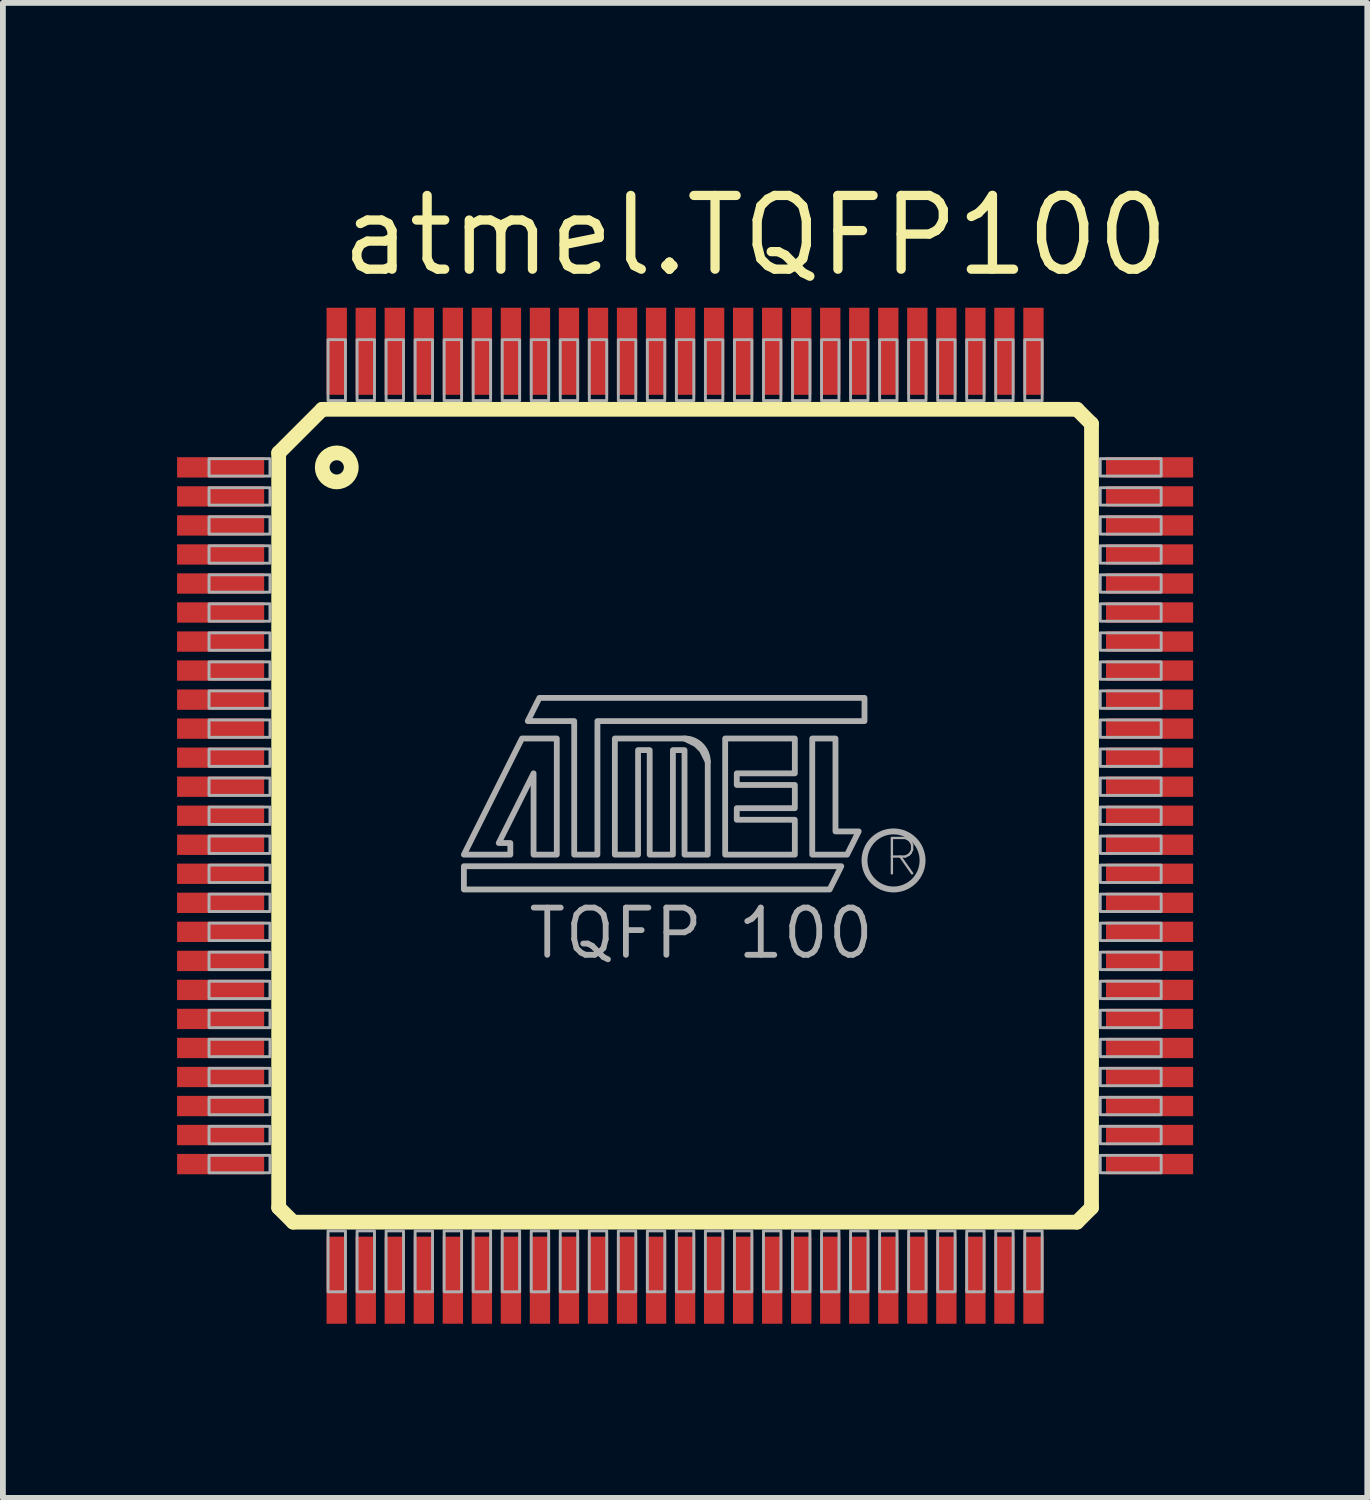
<source format=kicad_pcb>
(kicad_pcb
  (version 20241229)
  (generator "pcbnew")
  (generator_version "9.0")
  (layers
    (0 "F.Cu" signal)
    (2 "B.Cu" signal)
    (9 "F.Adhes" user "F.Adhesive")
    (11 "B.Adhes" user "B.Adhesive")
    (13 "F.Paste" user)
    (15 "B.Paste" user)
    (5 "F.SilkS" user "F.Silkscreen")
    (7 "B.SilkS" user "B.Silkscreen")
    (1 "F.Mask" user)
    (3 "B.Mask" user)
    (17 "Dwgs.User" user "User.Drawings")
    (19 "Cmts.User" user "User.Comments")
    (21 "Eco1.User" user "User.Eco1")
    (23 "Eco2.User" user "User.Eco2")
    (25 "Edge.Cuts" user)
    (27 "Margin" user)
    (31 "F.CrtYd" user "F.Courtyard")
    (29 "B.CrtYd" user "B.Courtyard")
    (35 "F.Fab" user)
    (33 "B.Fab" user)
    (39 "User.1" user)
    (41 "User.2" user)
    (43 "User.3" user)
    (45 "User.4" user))
  (footprint "atmel.TQFP100"
    (layer "F.Cu")
    (at 8.75 11)
    (property "Reference" "atmel.TQFP100" (at -6 -9.25 0) (layer "F.SilkS") (effects (font (size 1.27 1.27) (thickness 0.16)) (justify left bottom)))
    (attr smd)
    (fp_line (start -7 -6.25) (end -6.25 -7) (stroke (width 0.254) (type default)) (layer "F.SilkS"))
    (fp_line (start -7 6.75) (end -7 -6.25) (stroke (width 0.254) (type default)) (layer "F.SilkS"))
    (fp_line (start -6.75 7) (end -7 6.75) (stroke (width 0.254) (type default)) (layer "F.SilkS"))
    (fp_line (start -6.25 -7) (end 6.75 -7) (stroke (width 0.254) (type default)) (layer "F.SilkS"))
    (fp_line (start 6.75 -7) (end 7 -6.75) (stroke (width 0.254) (type default)) (layer "F.SilkS"))
    (fp_line (start 6.75 7) (end -6.75 7) (stroke (width 0.254) (type default)) (layer "F.SilkS"))
    (fp_line (start 7 -6.75) (end 7 6.75) (stroke (width 0.254) (type default)) (layer "F.SilkS"))
    (fp_line (start 7 6.75) (end 6.75 7) (stroke (width 0.254) (type default)) (layer "F.SilkS"))
    (fp_circle (center -6 -6) (end -5.75 -6) (stroke (width 0.254) (type default)) (fill no) (layer "F.SilkS"))
    (fp_rect (start -8.2 -5.85) (end -7.15 -6.15) (stroke (width 0.05) (type default)) (fill no) (layer "F.Fab"))
    (fp_rect (start -8.2 -5.35) (end -7.15 -5.65) (stroke (width 0.05) (type default)) (fill no) (layer "F.Fab"))
    (fp_rect (start -8.2 -4.85) (end -7.15 -5.15) (stroke (width 0.05) (type default)) (fill no) (layer "F.Fab"))
    (fp_rect (start -8.2 -4.35) (end -7.15 -4.65) (stroke (width 0.05) (type default)) (fill no) (layer "F.Fab"))
    (fp_rect (start -8.2 -3.85) (end -7.15 -4.15) (stroke (width 0.05) (type default)) (fill no) (layer "F.Fab"))
    (fp_rect (start -8.2 -3.35) (end -7.15 -3.65) (stroke (width 0.05) (type default)) (fill no) (layer "F.Fab"))
    (fp_rect (start -8.2 -2.85) (end -7.15 -3.15) (stroke (width 0.05) (type default)) (fill no) (layer "F.Fab"))
    (fp_rect (start -8.2 -2.35) (end -7.15 -2.65) (stroke (width 0.05) (type default)) (fill no) (layer "F.Fab"))
    (fp_rect (start -8.2 -1.85) (end -7.15 -2.15) (stroke (width 0.05) (type default)) (fill no) (layer "F.Fab"))
    (fp_rect (start -8.2 -1.35) (end -7.15 -1.65) (stroke (width 0.05) (type default)) (fill no) (layer "F.Fab"))
    (fp_rect (start -8.2 -0.85) (end -7.15 -1.15) (stroke (width 0.05) (type default)) (fill no) (layer "F.Fab"))
    (fp_rect (start -8.2 -0.35) (end -7.15 -0.65) (stroke (width 0.05) (type default)) (fill no) (layer "F.Fab"))
    (fp_rect (start -8.2 0.15) (end -7.15 -0.15) (stroke (width 0.05) (type default)) (fill no) (layer "F.Fab"))
    (fp_rect (start -8.2 0.65) (end -7.15 0.35) (stroke (width 0.05) (type default)) (fill no) (layer "F.Fab"))
    (fp_rect (start -8.2 1.15) (end -7.15 0.85) (stroke (width 0.05) (type default)) (fill no) (layer "F.Fab"))
    (fp_rect (start -8.2 1.65) (end -7.15 1.35) (stroke (width 0.05) (type default)) (fill no) (layer "F.Fab"))
    (fp_rect (start -8.2 2.15) (end -7.15 1.85) (stroke (width 0.05) (type default)) (fill no) (layer "F.Fab"))
    (fp_rect (start -8.2 2.65) (end -7.15 2.35) (stroke (width 0.05) (type default)) (fill no) (layer "F.Fab"))
    (fp_rect (start -8.2 3.15) (end -7.15 2.85) (stroke (width 0.05) (type default)) (fill no) (layer "F.Fab"))
    (fp_rect (start -8.2 3.65) (end -7.15 3.35) (stroke (width 0.05) (type default)) (fill no) (layer "F.Fab"))
    (fp_rect (start -8.2 4.15) (end -7.15 3.85) (stroke (width 0.05) (type default)) (fill no) (layer "F.Fab"))
    (fp_rect (start -8.2 4.65) (end -7.15 4.35) (stroke (width 0.05) (type default)) (fill no) (layer "F.Fab"))
    (fp_rect (start -8.2 5.15) (end -7.15 4.85) (stroke (width 0.05) (type default)) (fill no) (layer "F.Fab"))
    (fp_rect (start -8.2 5.65) (end -7.15 5.35) (stroke (width 0.05) (type default)) (fill no) (layer "F.Fab"))
    (fp_rect (start -8.2 6.15) (end -7.15 5.85) (stroke (width 0.05) (type default)) (fill no) (layer "F.Fab"))
    (fp_rect (start -6.15 -7.15) (end -5.85 -8.2) (stroke (width 0.05) (type default)) (fill no) (layer "F.Fab"))
    (fp_rect (start -6.15 8.2) (end -5.85 7.15) (stroke (width 0.05) (type default)) (fill no) (layer "F.Fab"))
    (fp_rect (start -5.65 -7.15) (end -5.35 -8.2) (stroke (width 0.05) (type default)) (fill no) (layer "F.Fab"))
    (fp_rect (start -5.65 8.2) (end -5.35 7.15) (stroke (width 0.05) (type default)) (fill no) (layer "F.Fab"))
    (fp_rect (start -5.15 -7.15) (end -4.85 -8.2) (stroke (width 0.05) (type default)) (fill no) (layer "F.Fab"))
    (fp_rect (start -5.15 8.2) (end -4.85 7.15) (stroke (width 0.05) (type default)) (fill no) (layer "F.Fab"))
    (fp_rect (start -4.65 -7.15) (end -4.35 -8.2) (stroke (width 0.05) (type default)) (fill no) (layer "F.Fab"))
    (fp_rect (start -4.65 8.2) (end -4.35 7.15) (stroke (width 0.05) (type default)) (fill no) (layer "F.Fab"))
    (fp_rect (start -4.15 -7.15) (end -3.85 -8.2) (stroke (width 0.05) (type default)) (fill no) (layer "F.Fab"))
    (fp_rect (start -4.15 8.2) (end -3.85 7.15) (stroke (width 0.05) (type default)) (fill no) (layer "F.Fab"))
    (fp_rect (start -3.65 -7.15) (end -3.35 -8.2) (stroke (width 0.05) (type default)) (fill no) (layer "F.Fab"))
    (fp_rect (start -3.65 8.2) (end -3.35 7.15) (stroke (width 0.05) (type default)) (fill no) (layer "F.Fab"))
    (fp_rect (start -3.15 -7.15) (end -2.85 -8.2) (stroke (width 0.05) (type default)) (fill no) (layer "F.Fab"))
    (fp_rect (start -3.15 8.2) (end -2.85 7.15) (stroke (width 0.05) (type default)) (fill no) (layer "F.Fab"))
    (fp_rect (start -2.65 -7.15) (end -2.35 -8.2) (stroke (width 0.05) (type default)) (fill no) (layer "F.Fab"))
    (fp_rect (start -2.65 8.2) (end -2.35 7.15) (stroke (width 0.05) (type default)) (fill no) (layer "F.Fab"))
    (fp_rect (start -2.15 -7.15) (end -1.85 -8.2) (stroke (width 0.05) (type default)) (fill no) (layer "F.Fab"))
    (fp_rect (start -2.15 8.2) (end -1.85 7.15) (stroke (width 0.05) (type default)) (fill no) (layer "F.Fab"))
    (fp_rect (start -1.65 -7.15) (end -1.35 -8.2) (stroke (width 0.05) (type default)) (fill no) (layer "F.Fab"))
    (fp_rect (start -1.65 8.2) (end -1.35 7.15) (stroke (width 0.05) (type default)) (fill no) (layer "F.Fab"))
    (fp_rect (start -1.15 -7.15) (end -0.85 -8.2) (stroke (width 0.05) (type default)) (fill no) (layer "F.Fab"))
    (fp_rect (start -1.15 8.2) (end -0.85 7.15) (stroke (width 0.05) (type default)) (fill no) (layer "F.Fab"))
    (fp_rect (start -0.65 -7.15) (end -0.35 -8.2) (stroke (width 0.05) (type default)) (fill no) (layer "F.Fab"))
    (fp_rect (start -0.65 8.2) (end -0.35 7.15) (stroke (width 0.05) (type default)) (fill no) (layer "F.Fab"))
    (fp_rect (start -0.15 -7.15) (end 0.15 -8.2) (stroke (width 0.05) (type default)) (fill no) (layer "F.Fab"))
    (fp_rect (start -0.15 8.2) (end 0.15 7.15) (stroke (width 0.05) (type default)) (fill no) (layer "F.Fab"))
    (fp_rect (start 0.35 -7.15) (end 0.65 -8.2) (stroke (width 0.05) (type default)) (fill no) (layer "F.Fab"))
    (fp_rect (start 0.35 8.2) (end 0.65 7.15) (stroke (width 0.05) (type default)) (fill no) (layer "F.Fab"))
    (fp_rect (start 0.85 -7.15) (end 1.15 -8.2) (stroke (width 0.05) (type default)) (fill no) (layer "F.Fab"))
    (fp_rect (start 0.85 8.2) (end 1.15 7.15) (stroke (width 0.05) (type default)) (fill no) (layer "F.Fab"))
    (fp_rect (start 1.35 -7.15) (end 1.65 -8.2) (stroke (width 0.05) (type default)) (fill no) (layer "F.Fab"))
    (fp_rect (start 1.35 8.2) (end 1.65 7.15) (stroke (width 0.05) (type default)) (fill no) (layer "F.Fab"))
    (fp_rect (start 1.85 -7.15) (end 2.15 -8.2) (stroke (width 0.05) (type default)) (fill no) (layer "F.Fab"))
    (fp_rect (start 1.85 8.2) (end 2.15 7.15) (stroke (width 0.05) (type default)) (fill no) (layer "F.Fab"))
    (fp_rect (start 2.35 -7.15) (end 2.65 -8.2) (stroke (width 0.05) (type default)) (fill no) (layer "F.Fab"))
    (fp_rect (start 2.35 8.2) (end 2.65 7.15) (stroke (width 0.05) (type default)) (fill no) (layer "F.Fab"))
    (fp_rect (start 2.85 -7.15) (end 3.15 -8.2) (stroke (width 0.05) (type default)) (fill no) (layer "F.Fab"))
    (fp_rect (start 2.85 8.2) (end 3.15 7.15) (stroke (width 0.05) (type default)) (fill no) (layer "F.Fab"))
    (fp_rect (start 3.35 -7.15) (end 3.65 -8.2) (stroke (width 0.05) (type default)) (fill no) (layer "F.Fab"))
    (fp_rect (start 3.35 8.2) (end 3.65 7.15) (stroke (width 0.05) (type default)) (fill no) (layer "F.Fab"))
    (fp_rect (start 3.85 -7.15) (end 4.15 -8.2) (stroke (width 0.05) (type default)) (fill no) (layer "F.Fab"))
    (fp_rect (start 3.85 8.2) (end 4.15 7.15) (stroke (width 0.05) (type default)) (fill no) (layer "F.Fab"))
    (fp_rect (start 4.35 -7.15) (end 4.65 -8.2) (stroke (width 0.05) (type default)) (fill no) (layer "F.Fab"))
    (fp_rect (start 4.35 8.2) (end 4.65 7.15) (stroke (width 0.05) (type default)) (fill no) (layer "F.Fab"))
    (fp_rect (start 4.85 -7.15) (end 5.15 -8.2) (stroke (width 0.05) (type default)) (fill no) (layer "F.Fab"))
    (fp_rect (start 4.85 8.2) (end 5.15 7.15) (stroke (width 0.05) (type default)) (fill no) (layer "F.Fab"))
    (fp_rect (start 5.35 -7.15) (end 5.65 -8.2) (stroke (width 0.05) (type default)) (fill no) (layer "F.Fab"))
    (fp_rect (start 5.35 8.2) (end 5.65 7.15) (stroke (width 0.05) (type default)) (fill no) (layer "F.Fab"))
    (fp_rect (start 5.85 -7.15) (end 6.15 -8.2) (stroke (width 0.05) (type default)) (fill no) (layer "F.Fab"))
    (fp_rect (start 5.85 8.2) (end 6.15 7.15) (stroke (width 0.05) (type default)) (fill no) (layer "F.Fab"))
    (fp_rect (start 7.15 -5.85) (end 8.2 -6.15) (stroke (width 0.05) (type default)) (fill no) (layer "F.Fab"))
    (fp_rect (start 7.15 -5.35) (end 8.2 -5.65) (stroke (width 0.05) (type default)) (fill no) (layer "F.Fab"))
    (fp_rect (start 7.15 -4.85) (end 8.2 -5.15) (stroke (width 0.05) (type default)) (fill no) (layer "F.Fab"))
    (fp_rect (start 7.15 -4.35) (end 8.2 -4.65) (stroke (width 0.05) (type default)) (fill no) (layer "F.Fab"))
    (fp_rect (start 7.15 -3.85) (end 8.2 -4.15) (stroke (width 0.05) (type default)) (fill no) (layer "F.Fab"))
    (fp_rect (start 7.15 -3.35) (end 8.2 -3.65) (stroke (width 0.05) (type default)) (fill no) (layer "F.Fab"))
    (fp_rect (start 7.15 -2.85) (end 8.2 -3.15) (stroke (width 0.05) (type default)) (fill no) (layer "F.Fab"))
    (fp_rect (start 7.15 -2.35) (end 8.2 -2.65) (stroke (width 0.05) (type default)) (fill no) (layer "F.Fab"))
    (fp_rect (start 7.15 -1.85) (end 8.2 -2.15) (stroke (width 0.05) (type default)) (fill no) (layer "F.Fab"))
    (fp_rect (start 7.15 -1.35) (end 8.2 -1.65) (stroke (width 0.05) (type default)) (fill no) (layer "F.Fab"))
    (fp_rect (start 7.15 -0.85) (end 8.2 -1.15) (stroke (width 0.05) (type default)) (fill no) (layer "F.Fab"))
    (fp_rect (start 7.15 -0.35) (end 8.2 -0.65) (stroke (width 0.05) (type default)) (fill no) (layer "F.Fab"))
    (fp_rect (start 7.15 0.15) (end 8.2 -0.15) (stroke (width 0.05) (type default)) (fill no) (layer "F.Fab"))
    (fp_rect (start 7.15 0.65) (end 8.2 0.35) (stroke (width 0.05) (type default)) (fill no) (layer "F.Fab"))
    (fp_rect (start 7.15 1.15) (end 8.2 0.85) (stroke (width 0.05) (type default)) (fill no) (layer "F.Fab"))
    (fp_rect (start 7.15 1.65) (end 8.2 1.35) (stroke (width 0.05) (type default)) (fill no) (layer "F.Fab"))
    (fp_rect (start 7.15 2.15) (end 8.2 1.85) (stroke (width 0.05) (type default)) (fill no) (layer "F.Fab"))
    (fp_rect (start 7.15 2.65) (end 8.2 2.35) (stroke (width 0.05) (type default)) (fill no) (layer "F.Fab"))
    (fp_rect (start 7.15 3.15) (end 8.2 2.85) (stroke (width 0.05) (type default)) (fill no) (layer "F.Fab"))
    (fp_rect (start 7.15 3.65) (end 8.2 3.35) (stroke (width 0.05) (type default)) (fill no) (layer "F.Fab"))
    (fp_rect (start 7.15 4.15) (end 8.2 3.85) (stroke (width 0.05) (type default)) (fill no) (layer "F.Fab"))
    (fp_rect (start 7.15 4.65) (end 8.2 4.35) (stroke (width 0.05) (type default)) (fill no) (layer "F.Fab"))
    (fp_rect (start 7.15 5.15) (end 8.2 4.85) (stroke (width 0.05) (type default)) (fill no) (layer "F.Fab"))
    (fp_rect (start 7.15 5.65) (end 8.2 5.35) (stroke (width 0.05) (type default)) (fill no) (layer "F.Fab"))
    (fp_rect (start 7.15 6.15) (end 8.2 5.85) (stroke (width 0.05) (type default)) (fill no) (layer "F.Fab"))
    (fp_arc (start -0.0099 -1.3299) (mid 0.272878 -1.212707) (end 0.39 -0.9299) (stroke (width 0.1016) (type default)) (layer "F.Fab"))
    (fp_circle (center 3.59 0.77) (end 4.09 0.77) (stroke (width 0.102) (type default)) (fill no) (layer "F.Fab"))
    (fp_poly (pts (xy -3.81 0.87) (xy -3.81 1.27) (xy 2.49 1.27) (xy 2.69 0.87)) (stroke (width 0.1) (type default)) (fill no) (layer "F.Fab"))
    (fp_poly (pts (xy 2.19 -1.33) (xy 2.19 0.67) (xy 2.79 0.67) (xy 2.99 0.27) (xy 2.59 0.27) (xy 2.59 -1.33)) (stroke (width 0.1) (type default)) (fill no) (layer "F.Fab"))
    (fp_poly (pts (xy -2.71 -1.63) (xy -2.51 -2.03) (xy 3.09 -2.03) (xy 3.09 -1.63) (xy -1.51 -1.63) (xy -1.51 0.67) (xy -1.91 0.67) (xy -1.91 -1.63)) (stroke (width 0.1) (type default)) (fill no) (layer "F.Fab"))
    (fp_poly (pts (xy -3.81 0.67) (xy -2.81 -1.33) (xy -2.21 -1.33) (xy -2.21 0.67) (xy -2.61 0.67) (xy -2.61 -0.73) (xy -3.21 0.47) (xy -3.01 0.47) (xy -3.01 0.67)) (stroke (width 0.1) (type default)) (fill no) (layer "F.Fab"))
    (fp_poly (pts (xy 0.69 -1.33) (xy 0.69 0.67) (xy 1.89 0.67) (xy 1.89 0.07) (xy 0.89 0.07) (xy 0.89 -0.13) (xy 1.89 -0.13) (xy 1.89 -0.53) (xy 0.89 -0.53) (xy 0.89 -0.73) (xy 1.89 -0.73) (xy 1.89 -1.33)) (stroke (width 0.1) (type default)) (fill no) (layer "F.Fab"))
    (fp_poly (pts (xy -1.21 -1.33) (xy -1.21 0.67) (xy -0.81 0.67) (xy -0.81 -1.13) (xy -0.61 -1.13) (xy -0.61 0.67) (xy -0.21 0.67) (xy -0.21 -1.13) (xy -0.01 -1.13) (xy -0.01 0.67) (xy 0.39 0.67) (xy 0.39 -0.93) (xy 0.29 -1.13) (xy 0.19 -1.23) (xy -0.01 -1.33)) (stroke (width 0.1) (type default)) (fill no) (layer "F.Fab"))
    (fp_text user "R" (at 3.39 1.07 0) (layer "F.Fab") (effects (font (size 0.61 0.61) (thickness 0.04)) (justify left bottom)))
    (fp_text user "TQFP 100" (at -2.75 2.5 0) (layer "F.Fab") (effects (font (size 0.813 0.813) (thickness 0.1)) (justify left bottom)))
    (pad "1" smd roundrect (at -8 -6) (size 1.5 0.35) (layers "F.Cu" "F.Mask" "F.Paste") (roundrect_rratio 0.01))
    (pad "2" smd roundrect (at -8 -5.5) (size 1.5 0.35) (layers "F.Cu" "F.Mask" "F.Paste") (roundrect_rratio 0.01))
    (pad "3" smd roundrect (at -8 -5) (size 1.5 0.35) (layers "F.Cu" "F.Mask" "F.Paste") (roundrect_rratio 0.01))
    (pad "4" smd roundrect (at -8 -4.5) (size 1.5 0.35) (layers "F.Cu" "F.Mask" "F.Paste") (roundrect_rratio 0.01))
    (pad "5" smd roundrect (at -8 -4) (size 1.5 0.35) (layers "F.Cu" "F.Mask" "F.Paste") (roundrect_rratio 0.01))
    (pad "6" smd roundrect (at -8 -3.5) (size 1.5 0.35) (layers "F.Cu" "F.Mask" "F.Paste") (roundrect_rratio 0.01))
    (pad "7" smd roundrect (at -8 -3) (size 1.5 0.35) (layers "F.Cu" "F.Mask" "F.Paste") (roundrect_rratio 0.01))
    (pad "8" smd roundrect (at -8 -2.5) (size 1.5 0.35) (layers "F.Cu" "F.Mask" "F.Paste") (roundrect_rratio 0.01))
    (pad "9" smd roundrect (at -8 -2) (size 1.5 0.35) (layers "F.Cu" "F.Mask" "F.Paste") (roundrect_rratio 0.01))
    (pad "10" smd roundrect (at -8 -1.5) (size 1.5 0.35) (layers "F.Cu" "F.Mask" "F.Paste") (roundrect_rratio 0.01))
    (pad "11" smd roundrect (at -8 -1) (size 1.5 0.35) (layers "F.Cu" "F.Mask" "F.Paste") (roundrect_rratio 0.01))
    (pad "12" smd roundrect (at -8 -0.5) (size 1.5 0.35) (layers "F.Cu" "F.Mask" "F.Paste") (roundrect_rratio 0.01))
    (pad "13" smd roundrect (at -8 0) (size 1.5 0.35) (layers "F.Cu" "F.Mask" "F.Paste") (roundrect_rratio 0.01))
    (pad "14" smd roundrect (at -8 0.5) (size 1.5 0.35) (layers "F.Cu" "F.Mask" "F.Paste") (roundrect_rratio 0.01))
    (pad "15" smd roundrect (at -8 1) (size 1.5 0.35) (layers "F.Cu" "F.Mask" "F.Paste") (roundrect_rratio 0.01))
    (pad "16" smd roundrect (at -8 1.5) (size 1.5 0.35) (layers "F.Cu" "F.Mask" "F.Paste") (roundrect_rratio 0.01))
    (pad "17" smd roundrect (at -8 2) (size 1.5 0.35) (layers "F.Cu" "F.Mask" "F.Paste") (roundrect_rratio 0.01))
    (pad "18" smd roundrect (at -8 2.5) (size 1.5 0.35) (layers "F.Cu" "F.Mask" "F.Paste") (roundrect_rratio 0.01))
    (pad "19" smd roundrect (at -8 3) (size 1.5 0.35) (layers "F.Cu" "F.Mask" "F.Paste") (roundrect_rratio 0.01))
    (pad "20" smd roundrect (at -8 3.5) (size 1.5 0.35) (layers "F.Cu" "F.Mask" "F.Paste") (roundrect_rratio 0.01))
    (pad "21" smd roundrect (at -8 4) (size 1.5 0.35) (layers "F.Cu" "F.Mask" "F.Paste") (roundrect_rratio 0.01))
    (pad "22" smd roundrect (at -8 4.5) (size 1.5 0.35) (layers "F.Cu" "F.Mask" "F.Paste") (roundrect_rratio 0.01))
    (pad "23" smd roundrect (at -8 5) (size 1.5 0.35) (layers "F.Cu" "F.Mask" "F.Paste") (roundrect_rratio 0.01))
    (pad "24" smd roundrect (at -8 5.5) (size 1.5 0.35) (layers "F.Cu" "F.Mask" "F.Paste") (roundrect_rratio 0.01))
    (pad "25" smd roundrect (at -8 6) (size 1.5 0.35) (layers "F.Cu" "F.Mask" "F.Paste") (roundrect_rratio 0.01))
    (pad "26" smd roundrect (at -6 8) (size 0.35 1.5) (layers "F.Cu" "F.Mask" "F.Paste") (roundrect_rratio 0.01))
    (pad "27" smd roundrect (at -5.5 8) (size 0.35 1.5) (layers "F.Cu" "F.Mask" "F.Paste") (roundrect_rratio 0.01))
    (pad "28" smd roundrect (at -5 8) (size 0.35 1.5) (layers "F.Cu" "F.Mask" "F.Paste") (roundrect_rratio 0.01))
    (pad "29" smd roundrect (at -4.5 8) (size 0.35 1.5) (layers "F.Cu" "F.Mask" "F.Paste") (roundrect_rratio 0.01))
    (pad "30" smd roundrect (at -4 8) (size 0.35 1.5) (layers "F.Cu" "F.Mask" "F.Paste") (roundrect_rratio 0.01))
    (pad "31" smd roundrect (at -3.5 8) (size 0.35 1.5) (layers "F.Cu" "F.Mask" "F.Paste") (roundrect_rratio 0.01))
    (pad "32" smd roundrect (at -3 8) (size 0.35 1.5) (layers "F.Cu" "F.Mask" "F.Paste") (roundrect_rratio 0.01))
    (pad "33" smd roundrect (at -2.5 8) (size 0.35 1.5) (layers "F.Cu" "F.Mask" "F.Paste") (roundrect_rratio 0.01))
    (pad "34" smd roundrect (at -2 8) (size 0.35 1.5) (layers "F.Cu" "F.Mask" "F.Paste") (roundrect_rratio 0.01))
    (pad "35" smd roundrect (at -1.5 8) (size 0.35 1.5) (layers "F.Cu" "F.Mask" "F.Paste") (roundrect_rratio 0.01))
    (pad "36" smd roundrect (at -1 8) (size 0.35 1.5) (layers "F.Cu" "F.Mask" "F.Paste") (roundrect_rratio 0.01))
    (pad "37" smd roundrect (at -0.5 8) (size 0.35 1.5) (layers "F.Cu" "F.Mask" "F.Paste") (roundrect_rratio 0.01))
    (pad "38" smd roundrect (at 0 8) (size 0.35 1.5) (layers "F.Cu" "F.Mask" "F.Paste") (roundrect_rratio 0.01))
    (pad "39" smd roundrect (at 0.5 8) (size 0.35 1.5) (layers "F.Cu" "F.Mask" "F.Paste") (roundrect_rratio 0.01))
    (pad "40" smd roundrect (at 1 8) (size 0.35 1.5) (layers "F.Cu" "F.Mask" "F.Paste") (roundrect_rratio 0.01))
    (pad "41" smd roundrect (at 1.5 8) (size 0.35 1.5) (layers "F.Cu" "F.Mask" "F.Paste") (roundrect_rratio 0.01))
    (pad "42" smd roundrect (at 2 8) (size 0.35 1.5) (layers "F.Cu" "F.Mask" "F.Paste") (roundrect_rratio 0.01))
    (pad "43" smd roundrect (at 2.5 8) (size 0.35 1.5) (layers "F.Cu" "F.Mask" "F.Paste") (roundrect_rratio 0.01))
    (pad "44" smd roundrect (at 3 8) (size 0.35 1.5) (layers "F.Cu" "F.Mask" "F.Paste") (roundrect_rratio 0.01))
    (pad "45" smd roundrect (at 3.5 8) (size 0.35 1.5) (layers "F.Cu" "F.Mask" "F.Paste") (roundrect_rratio 0.01))
    (pad "46" smd roundrect (at 4 8) (size 0.35 1.5) (layers "F.Cu" "F.Mask" "F.Paste") (roundrect_rratio 0.01))
    (pad "47" smd roundrect (at 4.5 8) (size 0.35 1.5) (layers "F.Cu" "F.Mask" "F.Paste") (roundrect_rratio 0.01))
    (pad "48" smd roundrect (at 5 8) (size 0.35 1.5) (layers "F.Cu" "F.Mask" "F.Paste") (roundrect_rratio 0.01))
    (pad "49" smd roundrect (at 5.5 8) (size 0.35 1.5) (layers "F.Cu" "F.Mask" "F.Paste") (roundrect_rratio 0.01))
    (pad "50" smd roundrect (at 6 8) (size 0.35 1.5) (layers "F.Cu" "F.Mask" "F.Paste") (roundrect_rratio 0.01))
    (pad "51" smd roundrect (at 8 6) (size 1.5 0.35) (layers "F.Cu" "F.Mask" "F.Paste") (roundrect_rratio 0.01))
    (pad "52" smd roundrect (at 8 5.5) (size 1.5 0.35) (layers "F.Cu" "F.Mask" "F.Paste") (roundrect_rratio 0.01))
    (pad "53" smd roundrect (at 8 5) (size 1.5 0.35) (layers "F.Cu" "F.Mask" "F.Paste") (roundrect_rratio 0.01))
    (pad "54" smd roundrect (at 8 4.5) (size 1.5 0.35) (layers "F.Cu" "F.Mask" "F.Paste") (roundrect_rratio 0.01))
    (pad "55" smd roundrect (at 8 4) (size 1.5 0.35) (layers "F.Cu" "F.Mask" "F.Paste") (roundrect_rratio 0.01))
    (pad "56" smd roundrect (at 8 3.5) (size 1.5 0.35) (layers "F.Cu" "F.Mask" "F.Paste") (roundrect_rratio 0.01))
    (pad "57" smd roundrect (at 8 3) (size 1.5 0.35) (layers "F.Cu" "F.Mask" "F.Paste") (roundrect_rratio 0.01))
    (pad "58" smd roundrect (at 8 2.5) (size 1.5 0.35) (layers "F.Cu" "F.Mask" "F.Paste") (roundrect_rratio 0.01))
    (pad "59" smd roundrect (at 8 2) (size 1.5 0.35) (layers "F.Cu" "F.Mask" "F.Paste") (roundrect_rratio 0.01))
    (pad "60" smd roundrect (at 8 1.5) (size 1.5 0.35) (layers "F.Cu" "F.Mask" "F.Paste") (roundrect_rratio 0.01))
    (pad "61" smd roundrect (at 8 1) (size 1.5 0.35) (layers "F.Cu" "F.Mask" "F.Paste") (roundrect_rratio 0.01))
    (pad "62" smd roundrect (at 8 0.5) (size 1.5 0.35) (layers "F.Cu" "F.Mask" "F.Paste") (roundrect_rratio 0.01))
    (pad "63" smd roundrect (at 8 0) (size 1.5 0.35) (layers "F.Cu" "F.Mask" "F.Paste") (roundrect_rratio 0.01))
    (pad "64" smd roundrect (at 8 -0.5) (size 1.5 0.35) (layers "F.Cu" "F.Mask" "F.Paste") (roundrect_rratio 0.01))
    (pad "65" smd roundrect (at 8 -1) (size 1.5 0.35) (layers "F.Cu" "F.Mask" "F.Paste") (roundrect_rratio 0.01))
    (pad "66" smd roundrect (at 8 -1.5) (size 1.5 0.35) (layers "F.Cu" "F.Mask" "F.Paste") (roundrect_rratio 0.01))
    (pad "67" smd roundrect (at 8 -2) (size 1.5 0.35) (layers "F.Cu" "F.Mask" "F.Paste") (roundrect_rratio 0.01))
    (pad "68" smd roundrect (at 8 -2.5) (size 1.5 0.35) (layers "F.Cu" "F.Mask" "F.Paste") (roundrect_rratio 0.01))
    (pad "69" smd roundrect (at 8 -3) (size 1.5 0.35) (layers "F.Cu" "F.Mask" "F.Paste") (roundrect_rratio 0.01))
    (pad "70" smd roundrect (at 8 -3.5) (size 1.5 0.35) (layers "F.Cu" "F.Mask" "F.Paste") (roundrect_rratio 0.01))
    (pad "71" smd roundrect (at 8 -4) (size 1.5 0.35) (layers "F.Cu" "F.Mask" "F.Paste") (roundrect_rratio 0.01))
    (pad "72" smd roundrect (at 8 -4.5) (size 1.5 0.35) (layers "F.Cu" "F.Mask" "F.Paste") (roundrect_rratio 0.01))
    (pad "73" smd roundrect (at 8 -5) (size 1.5 0.35) (layers "F.Cu" "F.Mask" "F.Paste") (roundrect_rratio 0.01))
    (pad "74" smd roundrect (at 8 -5.5) (size 1.5 0.35) (layers "F.Cu" "F.Mask" "F.Paste") (roundrect_rratio 0.01))
    (pad "75" smd roundrect (at 8 -6) (size 1.5 0.35) (layers "F.Cu" "F.Mask" "F.Paste") (roundrect_rratio 0.01))
    (pad "76" smd roundrect (at 6 -8) (size 0.35 1.5) (layers "F.Cu" "F.Mask" "F.Paste") (roundrect_rratio 0.01))
    (pad "77" smd roundrect (at 5.5 -8) (size 0.35 1.5) (layers "F.Cu" "F.Mask" "F.Paste") (roundrect_rratio 0.01))
    (pad "78" smd roundrect (at 5 -8) (size 0.35 1.5) (layers "F.Cu" "F.Mask" "F.Paste") (roundrect_rratio 0.01))
    (pad "79" smd roundrect (at 4.5 -8) (size 0.35 1.5) (layers "F.Cu" "F.Mask" "F.Paste") (roundrect_rratio 0.01))
    (pad "80" smd roundrect (at 4 -8) (size 0.35 1.5) (layers "F.Cu" "F.Mask" "F.Paste") (roundrect_rratio 0.01))
    (pad "81" smd roundrect (at 3.5 -8) (size 0.35 1.5) (layers "F.Cu" "F.Mask" "F.Paste") (roundrect_rratio 0.01))
    (pad "82" smd roundrect (at 3 -8) (size 0.35 1.5) (layers "F.Cu" "F.Mask" "F.Paste") (roundrect_rratio 0.01))
    (pad "83" smd roundrect (at 2.5 -8) (size 0.35 1.5) (layers "F.Cu" "F.Mask" "F.Paste") (roundrect_rratio 0.01))
    (pad "84" smd roundrect (at 2 -8) (size 0.35 1.5) (layers "F.Cu" "F.Mask" "F.Paste") (roundrect_rratio 0.01))
    (pad "85" smd roundrect (at 1.5 -8) (size 0.35 1.5) (layers "F.Cu" "F.Mask" "F.Paste") (roundrect_rratio 0.01))
    (pad "86" smd roundrect (at 1 -8) (size 0.35 1.5) (layers "F.Cu" "F.Mask" "F.Paste") (roundrect_rratio 0.01))
    (pad "87" smd roundrect (at 0.5 -8) (size 0.35 1.5) (layers "F.Cu" "F.Mask" "F.Paste") (roundrect_rratio 0.01))
    (pad "88" smd roundrect (at 0 -8) (size 0.35 1.5) (layers "F.Cu" "F.Mask" "F.Paste") (roundrect_rratio 0.01))
    (pad "89" smd roundrect (at -0.5 -8) (size 0.35 1.5) (layers "F.Cu" "F.Mask" "F.Paste") (roundrect_rratio 0.01))
    (pad "90" smd roundrect (at -1 -8) (size 0.35 1.5) (layers "F.Cu" "F.Mask" "F.Paste") (roundrect_rratio 0.01))
    (pad "91" smd roundrect (at -1.5 -8) (size 0.35 1.5) (layers "F.Cu" "F.Mask" "F.Paste") (roundrect_rratio 0.01))
    (pad "92" smd roundrect (at -2 -8) (size 0.35 1.5) (layers "F.Cu" "F.Mask" "F.Paste") (roundrect_rratio 0.01))
    (pad "93" smd roundrect (at -2.5 -8) (size 0.35 1.5) (layers "F.Cu" "F.Mask" "F.Paste") (roundrect_rratio 0.01))
    (pad "94" smd roundrect (at -3 -8) (size 0.35 1.5) (layers "F.Cu" "F.Mask" "F.Paste") (roundrect_rratio 0.01))
    (pad "95" smd roundrect (at -3.5 -8) (size 0.35 1.5) (layers "F.Cu" "F.Mask" "F.Paste") (roundrect_rratio 0.01))
    (pad "96" smd roundrect (at -4 -8) (size 0.35 1.5) (layers "F.Cu" "F.Mask" "F.Paste") (roundrect_rratio 0.01))
    (pad "97" smd roundrect (at -4.5 -8) (size 0.35 1.5) (layers "F.Cu" "F.Mask" "F.Paste") (roundrect_rratio 0.01))
    (pad "98" smd roundrect (at -5 -8) (size 0.35 1.5) (layers "F.Cu" "F.Mask" "F.Paste") (roundrect_rratio 0.01))
    (pad "99" smd roundrect (at -5.5 -8) (size 0.35 1.5) (layers "F.Cu" "F.Mask" "F.Paste") (roundrect_rratio 0.01))
    (pad "100" smd roundrect (at -6 -8) (size 0.35 1.5) (layers "F.Cu" "F.Mask" "F.Paste") (roundrect_rratio 0.01)))
  (gr_rect
    (start -3 -3)
    (end 20.5 22.75)
    (stroke (width 0.1) (type default))
    (fill no)
    (layer "Edge.Cuts")))
</source>
